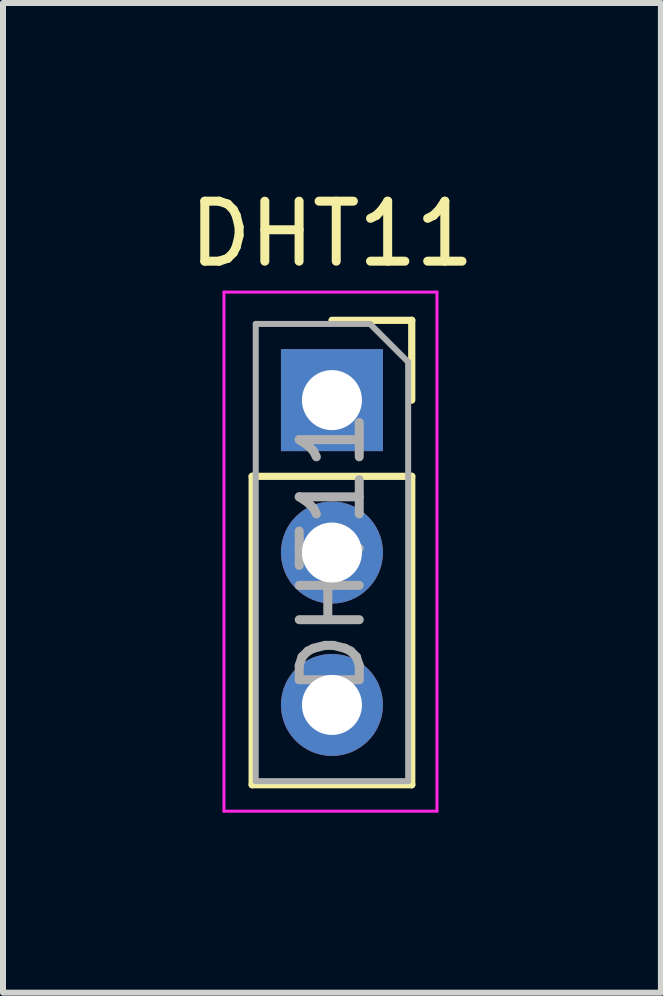
<source format=kicad_pcb>
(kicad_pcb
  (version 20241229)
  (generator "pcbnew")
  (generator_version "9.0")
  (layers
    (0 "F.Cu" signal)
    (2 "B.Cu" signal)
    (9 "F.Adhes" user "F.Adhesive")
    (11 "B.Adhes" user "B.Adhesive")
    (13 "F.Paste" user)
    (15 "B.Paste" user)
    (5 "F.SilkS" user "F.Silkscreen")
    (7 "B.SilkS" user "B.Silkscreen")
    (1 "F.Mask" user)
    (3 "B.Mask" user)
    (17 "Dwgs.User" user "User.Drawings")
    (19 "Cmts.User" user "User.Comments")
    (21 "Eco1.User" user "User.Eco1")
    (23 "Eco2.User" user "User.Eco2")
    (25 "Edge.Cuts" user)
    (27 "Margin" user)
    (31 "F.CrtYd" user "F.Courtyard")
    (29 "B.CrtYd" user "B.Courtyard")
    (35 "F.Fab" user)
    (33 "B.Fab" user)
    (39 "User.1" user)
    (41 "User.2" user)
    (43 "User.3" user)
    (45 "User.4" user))
  (footprint "DHT11"
    (layer "F.Cu")
    (at 2.482 3.618)
    (property "Reference" "DHT11" (at 0 -2.77 0) (layer "F.SilkS") (effects (font (size 1 1) (thickness 0.15))))
    (attr through_hole)
    (fp_line (start -1.33 1.27) (end -1.33 6.41) (stroke (width 0.12) (type solid)) (layer "F.SilkS"))
    (fp_line (start -1.33 1.27) (end 1.33 1.27) (stroke (width 0.12) (type solid)) (layer "F.SilkS"))
    (fp_line (start -1.33 6.41) (end 1.33 6.41) (stroke (width 0.12) (type solid)) (layer "F.SilkS"))
    (fp_line (start 0 -1.33) (end 1.33 -1.33) (stroke (width 0.12) (type solid)) (layer "F.SilkS"))
    (fp_line (start 1.33 -1.33) (end 1.33 0) (stroke (width 0.12) (type solid)) (layer "F.SilkS"))
    (fp_line (start 1.33 1.27) (end 1.33 6.41) (stroke (width 0.12) (type solid)) (layer "F.SilkS"))
    (fp_line (start -1.8 -1.8) (end 1.75 -1.8) (stroke (width 0.05) (type solid)) (layer "F.CrtYd"))
    (fp_line (start -1.8 6.85) (end -1.8 -1.8) (stroke (width 0.05) (type solid)) (layer "F.CrtYd"))
    (fp_line (start 1.75 -1.8) (end 1.75 6.85) (stroke (width 0.05) (type solid)) (layer "F.CrtYd"))
    (fp_line (start 1.75 6.85) (end -1.8 6.85) (stroke (width 0.05) (type solid)) (layer "F.CrtYd"))
    (fp_line (start -1.27 -1.27) (end 0.635 -1.27) (stroke (width 0.1) (type solid)) (layer "F.Fab"))
    (fp_line (start -1.27 6.35) (end -1.27 -1.27) (stroke (width 0.1) (type solid)) (layer "F.Fab"))
    (fp_line (start 0.635 -1.27) (end 1.27 -0.635) (stroke (width 0.1) (type solid)) (layer "F.Fab"))
    (fp_line (start 1.27 -0.635) (end 1.27 6.35) (stroke (width 0.1) (type solid)) (layer "F.Fab"))
    (fp_line (start 1.27 6.35) (end -1.27 6.35) (stroke (width 0.1) (type solid)) (layer "F.Fab"))
    (fp_text user "${REFERENCE}" (at 0 2.54 90) (layer "F.Fab") (effects (font (size 1 1) (thickness 0.15))))
    (pad "1" thru_hole rect (at 0 0) (size 1.7 1.7) (drill 1) (layers "*.Cu" "*.Mask"))
    (pad "2" thru_hole oval (at 0 2.54) (size 1.7 1.7) (drill 1) (layers "*.Cu" "*.Mask"))
    (pad "3" thru_hole oval (at 0 5.08) (size 1.7 1.7) (drill 1) (layers "*.Cu" "*.Mask")))
  (gr_rect
    (start -3 -3)
    (end 7.964 13.493)
    (stroke (width 0.1) (type default))
    (fill no)
    (layer "Edge.Cuts")))
</source>
